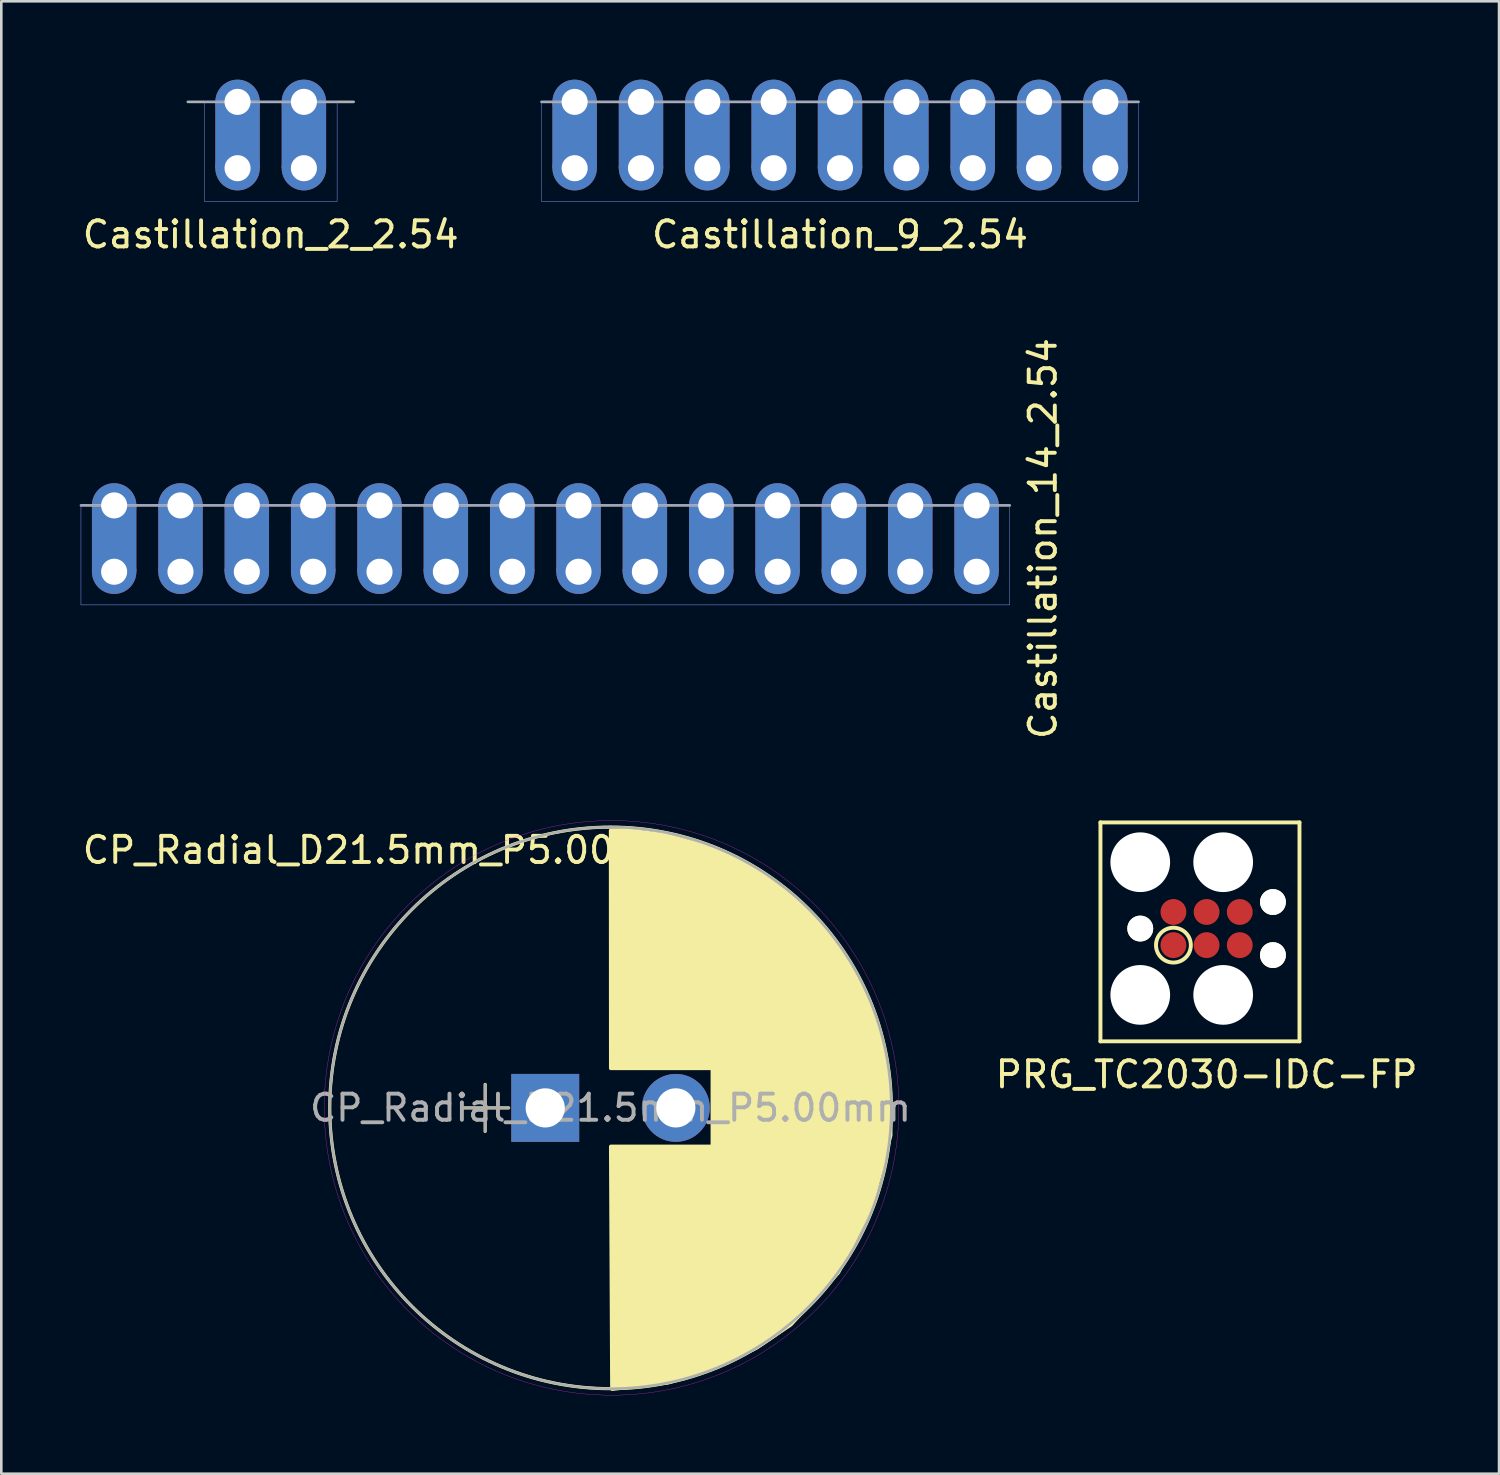
<source format=kicad_pcb>
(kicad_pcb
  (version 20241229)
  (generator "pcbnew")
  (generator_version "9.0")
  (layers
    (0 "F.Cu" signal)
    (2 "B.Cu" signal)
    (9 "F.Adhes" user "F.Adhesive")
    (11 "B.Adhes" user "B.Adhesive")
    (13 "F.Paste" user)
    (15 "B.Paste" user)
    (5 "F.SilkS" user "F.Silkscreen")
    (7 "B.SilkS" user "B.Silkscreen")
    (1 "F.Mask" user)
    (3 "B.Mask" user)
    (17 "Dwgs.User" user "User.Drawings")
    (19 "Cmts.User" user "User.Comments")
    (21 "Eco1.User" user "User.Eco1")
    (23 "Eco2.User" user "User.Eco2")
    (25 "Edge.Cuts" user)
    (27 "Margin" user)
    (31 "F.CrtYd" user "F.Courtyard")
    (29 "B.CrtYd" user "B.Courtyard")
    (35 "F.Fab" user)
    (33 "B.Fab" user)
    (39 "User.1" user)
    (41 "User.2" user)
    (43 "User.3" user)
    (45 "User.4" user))
  (footprint "Castillation_14_2.54"
    (layer "F.Cu")
    (at 1.32 18.84)
    (property "Reference" "Castillation_14_2.54" (at 35.56 -1.27 90) (layer "F.SilkS") (effects (font (size 1 1) (thickness 0.15))))
    (attr through_hole)
    (fp_line (start -1.27 -2.54) (end 34.29 -2.54) (stroke (width 0.01) (type solid)) (layer "B.CrtYd"))
    (fp_line (start -1.27 1.27) (end -1.27 -2.54) (stroke (width 0.01) (type solid)) (layer "B.CrtYd"))
    (fp_line (start 34.29 -2.54) (end 34.29 1.27) (stroke (width 0.01) (type solid)) (layer "B.CrtYd"))
    (fp_line (start 34.29 1.27) (end -1.27 1.27) (stroke (width 0.01) (type solid)) (layer "B.CrtYd"))
    (fp_line (start -1.27 -2.54) (end 34.29 -2.54) (stroke (width 0.01) (type solid)) (layer "F.CrtYd"))
    (fp_line (start -1.27 1.27) (end -1.27 -2.54) (stroke (width 0.01) (type solid)) (layer "F.CrtYd"))
    (fp_line (start 34.29 -2.54) (end 34.29 1.27) (stroke (width 0.01) (type solid)) (layer "F.CrtYd"))
    (fp_line (start 34.29 1.27) (end -1.27 1.27) (stroke (width 0.01) (type solid)) (layer "F.CrtYd"))
    (fp_line (start -1.27 -2.54) (end 34.29 -2.54) (stroke (width 0.1) (type solid)) (layer "F.Fab"))
    (pad "1" thru_hole circle (at 0 -2.54) (size 1.7 1.7) (drill 1) (layers "*.Cu" "*.Mask"))
    (pad "1" smd rect (at 0 -1.27) (size 1.7 2.54) (layers "F.Cu" "F.Mask"))
    (pad "1" smd rect (at 0 -1.27) (size 1.7 2.54) (layers "B.Cu" "B.Mask"))
    (pad "1" thru_hole circle (at 0 0) (size 1.7 1.7) (drill 1) (layers "*.Cu" "*.Mask"))
    (pad "2" thru_hole circle (at 2.54 -2.54) (size 1.7 1.7) (drill 1) (layers "*.Cu" "*.Mask"))
    (pad "2" smd rect (at 2.54 -1.27) (size 1.7 2.54) (layers "F.Cu" "F.Mask"))
    (pad "2" smd rect (at 2.54 -1.27) (size 1.7 2.54) (layers "B.Cu" "B.Mask"))
    (pad "2" thru_hole circle (at 2.54 0) (size 1.7 1.7) (drill 1) (layers "*.Cu" "*.Mask"))
    (pad "3" thru_hole circle (at 5.08 -2.54) (size 1.7 1.7) (drill 1) (layers "*.Cu" "*.Mask"))
    (pad "3" smd rect (at 5.08 -1.27) (size 1.7 2.54) (layers "F.Cu" "F.Mask"))
    (pad "3" smd rect (at 5.08 -1.27) (size 1.7 2.54) (layers "B.Cu" "B.Mask"))
    (pad "3" thru_hole circle (at 5.08 0) (size 1.7 1.7) (drill 1) (layers "*.Cu" "*.Mask"))
    (pad "4" thru_hole circle (at 7.62 -2.54) (size 1.7 1.7) (drill 1) (layers "*.Cu" "*.Mask"))
    (pad "4" smd rect (at 7.62 -1.27) (size 1.7 2.54) (layers "F.Cu" "F.Mask"))
    (pad "4" smd rect (at 7.62 -1.27) (size 1.7 2.54) (layers "B.Cu" "B.Mask"))
    (pad "4" thru_hole circle (at 7.62 0) (size 1.7 1.7) (drill 1) (layers "*.Cu" "*.Mask"))
    (pad "5" thru_hole circle (at 10.16 -2.54) (size 1.7 1.7) (drill 1) (layers "*.Cu" "*.Mask"))
    (pad "5" smd rect (at 10.16 -1.27) (size 1.7 2.54) (layers "F.Cu" "F.Mask"))
    (pad "5" smd rect (at 10.16 -1.27) (size 1.7 2.54) (layers "B.Cu" "B.Mask"))
    (pad "5" thru_hole circle (at 10.16 0) (size 1.7 1.7) (drill 1) (layers "*.Cu" "*.Mask"))
    (pad "6" thru_hole circle (at 12.7 -2.54) (size 1.7 1.7) (drill 1) (layers "*.Cu" "*.Mask"))
    (pad "6" smd rect (at 12.7 -1.27) (size 1.7 2.54) (layers "F.Cu" "F.Mask"))
    (pad "6" smd rect (at 12.7 -1.27) (size 1.7 2.54) (layers "B.Cu" "B.Mask"))
    (pad "6" thru_hole circle (at 12.7 0) (size 1.7 1.7) (drill 1) (layers "*.Cu" "*.Mask"))
    (pad "7" thru_hole circle (at 15.24 -2.54) (size 1.7 1.7) (drill 1) (layers "*.Cu" "*.Mask"))
    (pad "7" smd rect (at 15.24 -1.27) (size 1.7 2.54) (layers "F.Cu" "F.Mask"))
    (pad "7" smd rect (at 15.24 -1.27) (size 1.7 2.54) (layers "B.Cu" "B.Mask"))
    (pad "7" thru_hole circle (at 15.24 0) (size 1.7 1.7) (drill 1) (layers "*.Cu" "*.Mask"))
    (pad "8" thru_hole circle (at 17.78 -2.54) (size 1.7 1.7) (drill 1) (layers "*.Cu" "*.Mask"))
    (pad "8" smd rect (at 17.78 -1.27) (size 1.7 2.54) (layers "F.Cu" "F.Mask"))
    (pad "8" smd rect (at 17.78 -1.27) (size 1.7 2.54) (layers "B.Cu" "B.Mask"))
    (pad "8" thru_hole circle (at 17.78 0) (size 1.7 1.7) (drill 1) (layers "*.Cu" "*.Mask"))
    (pad "9" thru_hole circle (at 20.32 -2.54) (size 1.7 1.7) (drill 1) (layers "*.Cu" "*.Mask"))
    (pad "9" smd rect (at 20.32 -1.27) (size 1.7 2.54) (layers "F.Cu" "F.Mask"))
    (pad "9" smd rect (at 20.32 -1.27) (size 1.7 2.54) (layers "B.Cu" "B.Mask"))
    (pad "9" thru_hole circle (at 20.32 0) (size 1.7 1.7) (drill 1) (layers "*.Cu" "*.Mask"))
    (pad "10" thru_hole circle (at 22.86 -2.54) (size 1.7 1.7) (drill 1) (layers "*.Cu" "*.Mask"))
    (pad "10" smd rect (at 22.86 -1.27) (size 1.7 2.54) (layers "F.Cu" "F.Mask"))
    (pad "10" smd rect (at 22.86 -1.27) (size 1.7 2.54) (layers "B.Cu" "B.Mask"))
    (pad "10" thru_hole circle (at 22.86 0) (size 1.7 1.7) (drill 1) (layers "*.Cu" "*.Mask"))
    (pad "11" thru_hole circle (at 25.4 -2.54) (size 1.7 1.7) (drill 1) (layers "*.Cu" "*.Mask"))
    (pad "11" smd rect (at 25.4 -1.27) (size 1.7 2.54) (layers "F.Cu" "F.Mask"))
    (pad "11" smd rect (at 25.4 -1.27) (size 1.7 2.54) (layers "B.Cu" "B.Mask"))
    (pad "11" thru_hole circle (at 25.4 0) (size 1.7 1.7) (drill 1) (layers "*.Cu" "*.Mask"))
    (pad "12" thru_hole circle (at 27.94 -2.54) (size 1.7 1.7) (drill 1) (layers "*.Cu" "*.Mask"))
    (pad "12" smd rect (at 27.94 -1.27) (size 1.7 2.54) (layers "F.Cu" "F.Mask"))
    (pad "12" smd rect (at 27.94 -1.27) (size 1.7 2.54) (layers "B.Cu" "B.Mask"))
    (pad "12" thru_hole circle (at 27.94 0) (size 1.7 1.7) (drill 1) (layers "*.Cu" "*.Mask"))
    (pad "13" thru_hole circle (at 30.48 -2.54) (size 1.7 1.7) (drill 1) (layers "*.Cu" "*.Mask"))
    (pad "13" smd rect (at 30.48 -1.27) (size 1.7 2.54) (layers "F.Cu" "F.Mask"))
    (pad "13" smd rect (at 30.48 -1.27) (size 1.7 2.54) (layers "B.Cu" "B.Mask"))
    (pad "13" thru_hole circle (at 30.48 0) (size 1.7 1.7) (drill 1) (layers "*.Cu" "*.Mask"))
    (pad "14" thru_hole circle (at 33.02 -2.54) (size 1.7 1.7) (drill 1) (layers "*.Cu" "*.Mask"))
    (pad "14" smd rect (at 33.02 -1.27) (size 1.7 2.54) (layers "F.Cu" "F.Mask"))
    (pad "14" smd rect (at 33.02 -1.27) (size 1.7 2.54) (layers "B.Cu" "B.Mask"))
    (pad "14" thru_hole circle (at 33.02 0) (size 1.7 1.7) (drill 1) (layers "*.Cu" "*.Mask")))
  (footprint "CP_Radial_D21.5mm_P5.00mm"
    (layer "F.Cu")
    (at 17.825 39.367)
    (property "Reference" "CP_Radial_D21.5mm_P5.00mm" (at -6.2 -9.87 0) (layer "F.SilkS") (effects (font (size 1 1) (thickness 0.15))))
    (attr through_hole)
    (fp_line (start -3.2 0) (end -1.4 0) (stroke (width 0.12) (type solid)) (layer "F.SilkS"))
    (fp_line (start -2.3 -0.9) (end -2.3 0.9) (stroke (width 0.12) (type solid)) (layer "F.SilkS"))
    (fp_arc (start 2.5 10.75) (mid -8.25 0) (end 2.5 -10.75) (stroke (width 0.01) (type solid)) (layer "F.SilkS"))
    (fp_arc (start 2.5 10.75) (mid -8.25 0) (end 2.5 -10.75) (stroke (width 0.01) (type solid)) (layer "F.SilkS"))
    (fp_circle (center 2.5 0) (end 13.25 0) (stroke (width 0.12) (type solid)) (fill no) (layer "F.SilkS"))
    (fp_poly (pts (xy 2.51 -10.62) (xy 2.515 -1.52) (xy 6.405 -1.52) (xy 6.405 1.48) (xy 2.515 1.48) (xy 2.56 10.76) (xy 4.732 10.508) (xy 6.87 9.76) (xy 8.09 9.18) (xy 9.4 8.295) (xy 11.22 6.3) (xy 12.47 3.8) (xy 13.22 1.05) (xy 13.22 0.3) (xy 13.12 -1.44) (xy 12.66 -3.38) (xy 11.65 -5.55) (xy 10.47 -7.13) (xy 9.57 -7.99) (xy 8 -9.15) (xy 7.29 -9.55) (xy 5.95 -10.07) (xy 4.55 -10.45) (xy 3.39 -10.6)) (stroke (width 0.15) (type solid)) (fill yes) (layer "F.SilkS"))
    (fp_circle (center 2.54 0) (end 13.54 0) (stroke (width 0.01) (type solid)) (fill no) (layer "F.CrtYd"))
    (fp_line (start -3.2 0) (end -1.4 0) (stroke (width 0.1) (type solid)) (layer "F.Fab"))
    (fp_line (start -2.3 -0.9) (end -2.3 0.9) (stroke (width 0.1) (type solid)) (layer "F.Fab"))
    (fp_circle (center 2.5 0) (end 13.25 0) (stroke (width 0.1) (type solid)) (fill no) (layer "F.Fab"))
    (fp_text user "${REFERENCE}" (at 2.5 0 0) (layer "F.Fab") (effects (font (size 1 1) (thickness 0.15))))
    (pad "1" thru_hole rect (at 0 0) (size 2.6 2.6) (drill 1.5) (layers "*.Cu" "*.Mask"))
    (pad "2" thru_hole circle (at 5 0) (size 2.6 2.6) (drill 1.5) (layers "*.Cu" "*.Mask")))
  (footprint "PRG_TC2030-IDC-FP"
    (layer "F.Cu")
    (at 43.146 32.501)
    (property "Reference" "PRG_TC2030-IDC-FP" (at 0 5.588 0) (layer "F.SilkS") (effects (font (size 1 1) (thickness 0.15))))
    (attr through_hole)
    (fp_line (start -4.064 -4.064) (end 3.556 -4.064) (stroke (width 0.15) (type solid)) (layer "F.SilkS"))
    (fp_line (start -4.064 4.318) (end -4.064 -4.064) (stroke (width 0.15) (type solid)) (layer "F.SilkS"))
    (fp_line (start 3.556 -4.064) (end 3.556 4.318) (stroke (width 0.15) (type solid)) (layer "F.SilkS"))
    (fp_line (start 3.556 4.318) (end -4.064 4.318) (stroke (width 0.15) (type solid)) (layer "F.SilkS"))
    (fp_circle (center -1.27 0.635) (end -1.905 0.838) (stroke (width 0.15) (type solid)) (fill no) (layer "F.SilkS"))
    (pad "" np_thru_hole circle (at -2.54 -2.54) (size 2.286 2.286) (drill 2.286) (layers "*.Cu" "*.Mask"))
    (pad "" np_thru_hole circle (at -2.54 0) (size 0.991 0.991) (drill 0.991) (layers "*.Cu" "*.Mask" "F.SilkS"))
    (pad "" np_thru_hole circle (at -2.54 2.54) (size 2.286 2.286) (drill 2.286) (layers "*.Cu" "*.Mask"))
    (pad "" np_thru_hole circle (at 0.635 -2.54) (size 2.286 2.286) (drill 2.286) (layers "*.Cu" "*.Mask"))
    (pad "" np_thru_hole circle (at 0.635 2.54) (size 2.286 2.286) (drill 2.286) (layers "*.Cu" "*.Mask"))
    (pad "" np_thru_hole circle (at 2.54 -1.016) (size 0.991 0.991) (drill 0.991) (layers "*.Cu" "*.Mask" "F.SilkS"))
    (pad "" np_thru_hole circle (at 2.54 1.016) (size 0.991 0.991) (drill 0.991) (layers "*.Cu" "*.Mask" "F.SilkS"))
    (pad "1" connect circle (at -1.27 0.635) (size 0.991 0.991) (layers "F.Cu" "F.Mask"))
    (pad "2" connect circle (at -1.27 -0.635) (size 0.991 0.991) (layers "F.Cu" "F.Mask"))
    (pad "3" connect circle (at 0 0.635) (size 0.991 0.991) (layers "F.Cu" "F.Mask"))
    (pad "4" connect circle (at 0 -0.635) (size 0.991 0.991) (layers "F.Cu" "F.Mask"))
    (pad "5" connect circle (at 1.27 0.635) (size 0.991 0.991) (layers "F.Cu" "F.Mask"))
    (pad "6" connect circle (at 1.27 -0.635) (size 0.991 0.991) (layers "F.Cu" "F.Mask")))
  (footprint "Castillation_2_2.54"
    (layer "F.Cu")
    (at 6.045 3.39)
    (property "Reference" "Castillation_2_2.54" (at 1.27 2.54 0) (layer "F.SilkS") (effects (font (size 1 1) (thickness 0.15))))
    (attr through_hole)
    (fp_line (start -1.27 -2.54) (end 3.81 -2.54) (stroke (width 0.01) (type solid)) (layer "B.CrtYd"))
    (fp_line (start -1.27 1.27) (end -1.27 -2.54) (stroke (width 0.01) (type solid)) (layer "B.CrtYd"))
    (fp_line (start 3.81 -2.54) (end 3.81 1.27) (stroke (width 0.01) (type solid)) (layer "B.CrtYd"))
    (fp_line (start 3.81 1.27) (end -1.27 1.27) (stroke (width 0.01) (type solid)) (layer "B.CrtYd"))
    (fp_line (start -1.27 -2.54) (end 3.81 -2.54) (stroke (width 0.01) (type solid)) (layer "F.CrtYd"))
    (fp_line (start -1.27 1.27) (end -1.27 -2.54) (stroke (width 0.01) (type solid)) (layer "F.CrtYd"))
    (fp_line (start 3.81 -2.54) (end 3.81 1.27) (stroke (width 0.01) (type solid)) (layer "F.CrtYd"))
    (fp_line (start 3.81 1.27) (end -1.27 1.27) (stroke (width 0.01) (type solid)) (layer "F.CrtYd"))
    (fp_line (start -1.905 -2.54) (end 4.445 -2.54) (stroke (width 0.1) (type solid)) (layer "F.Fab"))
    (pad "1" thru_hole circle (at 0 -2.54) (size 1.7 1.7) (drill 1) (layers "*.Cu" "*.Mask"))
    (pad "1" smd rect (at 0 -1.27) (size 1.7 2.54) (layers "F.Cu" "F.Mask"))
    (pad "1" smd rect (at 0 -1.27) (size 1.7 2.54) (layers "B.Cu" "B.Mask"))
    (pad "1" thru_hole circle (at 0 0) (size 1.7 1.7) (drill 1) (layers "*.Cu" "*.Mask"))
    (pad "2" thru_hole circle (at 2.54 -2.54) (size 1.7 1.7) (drill 1) (layers "*.Cu" "*.Mask"))
    (pad "2" smd rect (at 2.54 -1.27) (size 1.7 2.54) (layers "F.Cu" "F.Mask"))
    (pad "2" smd rect (at 2.54 -1.27) (size 1.7 2.54) (layers "B.Cu" "B.Mask"))
    (pad "2" thru_hole circle (at 2.54 0) (size 1.7 1.7) (drill 1) (layers "*.Cu" "*.Mask")))
  (footprint "Castillation_9_2.54"
    (layer "F.Cu")
    (at 18.951 3.39)
    (property "Reference" "Castillation_9_2.54" (at 10.16 2.54 0) (layer "F.SilkS") (effects (font (size 1 1) (thickness 0.15))))
    (attr through_hole)
    (fp_line (start -1.27 -2.54) (end 21.59 -2.54) (stroke (width 0.01) (type solid)) (layer "B.CrtYd"))
    (fp_line (start -1.27 1.27) (end -1.27 -2.54) (stroke (width 0.01) (type solid)) (layer "B.CrtYd"))
    (fp_line (start 21.59 -2.54) (end 21.59 1.27) (stroke (width 0.01) (type solid)) (layer "B.CrtYd"))
    (fp_line (start 21.59 1.27) (end -1.27 1.27) (stroke (width 0.01) (type solid)) (layer "B.CrtYd"))
    (fp_line (start -1.27 -2.54) (end 21.59 -2.54) (stroke (width 0.01) (type solid)) (layer "F.CrtYd"))
    (fp_line (start -1.27 1.27) (end -1.27 -2.54) (stroke (width 0.01) (type solid)) (layer "F.CrtYd"))
    (fp_line (start 21.59 -2.54) (end 21.59 1.27) (stroke (width 0.01) (type solid)) (layer "F.CrtYd"))
    (fp_line (start 21.59 1.27) (end -1.27 1.27) (stroke (width 0.01) (type solid)) (layer "F.CrtYd"))
    (fp_line (start -1.27 -2.54) (end 21.59 -2.54) (stroke (width 0.1) (type solid)) (layer "F.Fab"))
    (pad "1" thru_hole circle (at 0 -2.54) (size 1.7 1.7) (drill 1) (layers "*.Cu" "*.Mask"))
    (pad "1" smd rect (at 0 -1.27) (size 1.7 2.54) (layers "F.Cu" "F.Mask"))
    (pad "1" smd rect (at 0 -1.27) (size 1.7 2.54) (layers "B.Cu" "B.Mask"))
    (pad "1" thru_hole circle (at 0 0) (size 1.7 1.7) (drill 1) (layers "*.Cu" "*.Mask"))
    (pad "2" thru_hole circle (at 2.54 -2.54) (size 1.7 1.7) (drill 1) (layers "*.Cu" "*.Mask"))
    (pad "2" smd rect (at 2.54 -1.27) (size 1.7 2.54) (layers "F.Cu" "F.Mask"))
    (pad "2" smd rect (at 2.54 -1.27) (size 1.7 2.54) (layers "B.Cu" "B.Mask"))
    (pad "2" thru_hole circle (at 2.54 0) (size 1.7 1.7) (drill 1) (layers "*.Cu" "*.Mask"))
    (pad "3" thru_hole circle (at 5.08 -2.54) (size 1.7 1.7) (drill 1) (layers "*.Cu" "*.Mask"))
    (pad "3" smd rect (at 5.08 -1.27) (size 1.7 2.54) (layers "F.Cu" "F.Mask"))
    (pad "3" smd rect (at 5.08 -1.27) (size 1.7 2.54) (layers "B.Cu" "B.Mask"))
    (pad "3" thru_hole circle (at 5.08 0) (size 1.7 1.7) (drill 1) (layers "*.Cu" "*.Mask"))
    (pad "4" thru_hole circle (at 7.62 -2.54) (size 1.7 1.7) (drill 1) (layers "*.Cu" "*.Mask"))
    (pad "4" smd rect (at 7.62 -1.27) (size 1.7 2.54) (layers "F.Cu" "F.Mask"))
    (pad "4" smd rect (at 7.62 -1.27) (size 1.7 2.54) (layers "B.Cu" "B.Mask"))
    (pad "4" thru_hole circle (at 7.62 0) (size 1.7 1.7) (drill 1) (layers "*.Cu" "*.Mask"))
    (pad "5" thru_hole circle (at 10.16 -2.54) (size 1.7 1.7) (drill 1) (layers "*.Cu" "*.Mask"))
    (pad "5" smd rect (at 10.16 -1.27) (size 1.7 2.54) (layers "F.Cu" "F.Mask"))
    (pad "5" smd rect (at 10.16 -1.27) (size 1.7 2.54) (layers "B.Cu" "B.Mask"))
    (pad "5" thru_hole circle (at 10.16 0) (size 1.7 1.7) (drill 1) (layers "*.Cu" "*.Mask"))
    (pad "6" thru_hole circle (at 12.7 -2.54) (size 1.7 1.7) (drill 1) (layers "*.Cu" "*.Mask"))
    (pad "6" smd rect (at 12.7 -1.27) (size 1.7 2.54) (layers "F.Cu" "F.Mask"))
    (pad "6" smd rect (at 12.7 -1.27) (size 1.7 2.54) (layers "B.Cu" "B.Mask"))
    (pad "6" thru_hole circle (at 12.7 0) (size 1.7 1.7) (drill 1) (layers "*.Cu" "*.Mask"))
    (pad "7" thru_hole circle (at 15.24 -2.54) (size 1.7 1.7) (drill 1) (layers "*.Cu" "*.Mask"))
    (pad "7" smd rect (at 15.24 -1.27) (size 1.7 2.54) (layers "F.Cu" "F.Mask"))
    (pad "7" smd rect (at 15.24 -1.27) (size 1.7 2.54) (layers "B.Cu" "B.Mask"))
    (pad "7" thru_hole circle (at 15.24 0) (size 1.7 1.7) (drill 1) (layers "*.Cu" "*.Mask"))
    (pad "8" thru_hole circle (at 17.78 -2.54) (size 1.7 1.7) (drill 1) (layers "*.Cu" "*.Mask"))
    (pad "8" smd rect (at 17.78 -1.27) (size 1.7 2.54) (layers "F.Cu" "F.Mask"))
    (pad "8" smd rect (at 17.78 -1.27) (size 1.7 2.54) (layers "B.Cu" "B.Mask"))
    (pad "8" thru_hole circle (at 17.78 0) (size 1.7 1.7) (drill 1) (layers "*.Cu" "*.Mask"))
    (pad "9" thru_hole circle (at 20.32 -2.54) (size 1.7 1.7) (drill 1) (layers "*.Cu" "*.Mask"))
    (pad "9" smd rect (at 20.32 -1.27) (size 1.7 2.54) (layers "F.Cu" "F.Mask"))
    (pad "9" smd rect (at 20.32 -1.27) (size 1.7 2.54) (layers "B.Cu" "B.Mask"))
    (pad "9" thru_hole circle (at 20.32 0) (size 1.7 1.7) (drill 1) (layers "*.Cu" "*.Mask")))
  (gr_rect
    (start -3 -3)
    (end 54.343 53.372)
    (stroke (width 0.1) (type default))
    (fill no)
    (layer "Edge.Cuts")))
</source>
